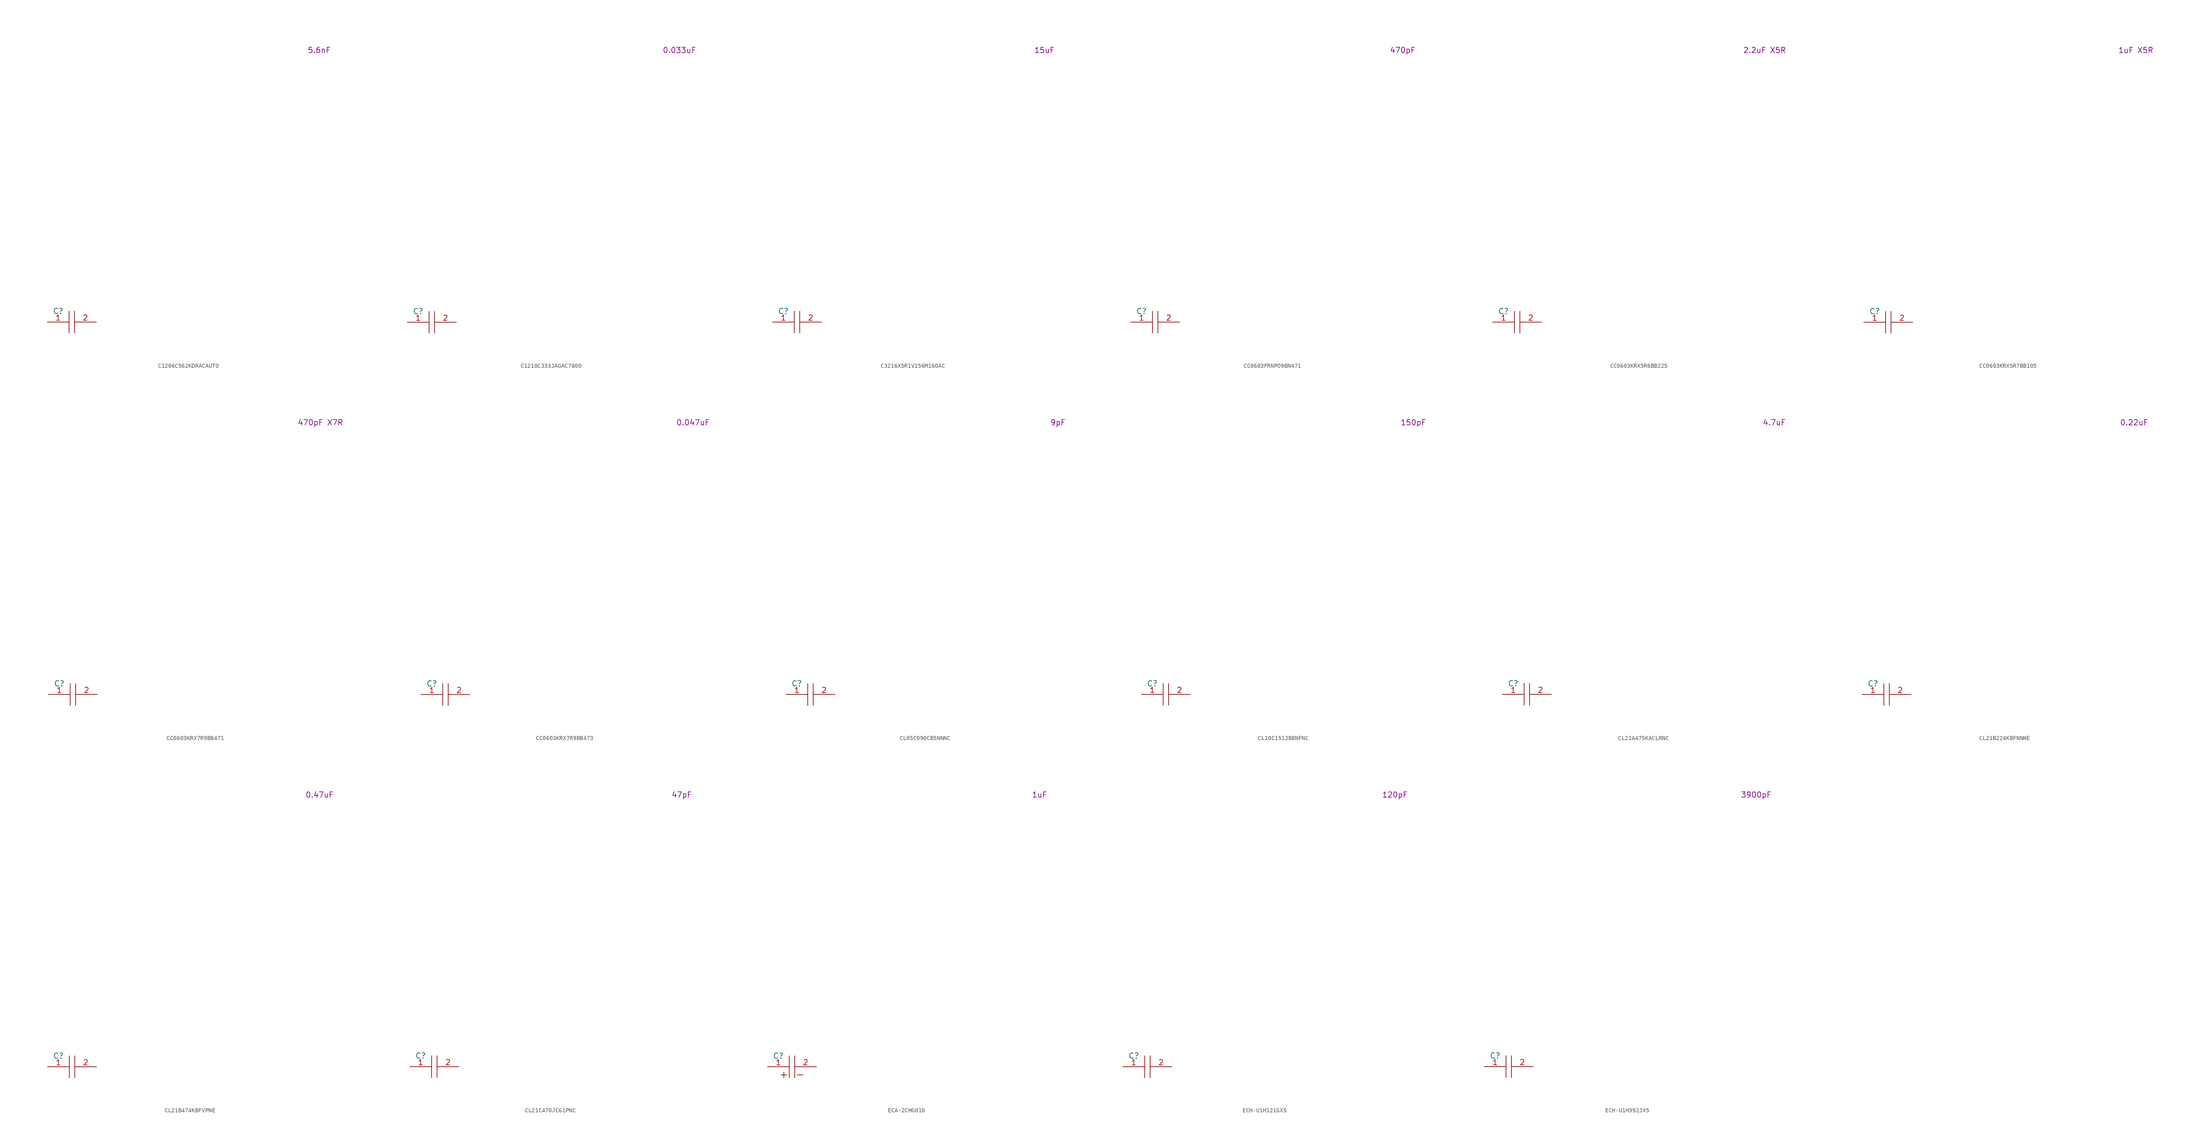
<source format=kicad_sym>
(kicad_symbol_lib
  (version 20241209)
  (generator "kicad_symbol_editor")
  (generator_version "9.0")
  (symbol "C1206C562KDRACAUTO"
    (pin_names
      (offset 1.016))
    (property "Reference" "C"
      (at -2.54 2.54 0)
      (effects (font (size 1.27 1.27))))
    (property "_Value_" "5.6nF"
      (at 58.42 63.5 0)
      (effects (font (size 1.27 1.27))))
    (symbol "C1206C562KDRACAUTO_1_1"
      (polyline (pts (xy 0 2.54) (xy 0 -2.54)) (stroke (width 0) (type solid)) (fill (type none)))
      (polyline (pts (xy 1.27 2.54) (xy 1.27 -2.54)) (stroke (width 0) (type solid)) (fill (type none)))
      (pin input line (at -5.08 0 0) (length 5.08) (name "~" (effects (font (size 1.27 1.27)))) (number "1" (effects (font (size 1.27 1.27)))))
      (pin input line (at 6.35 0 180) (length 5.08) (name "~" (effects (font (size 1.27 1.27)))) (number "2" (effects (font (size 1.27 1.27)))))))
  (symbol "C1210C333JAGAC7800"
    (pin_names
      (offset 1.016))
    (property "Reference" "C"
      (at -2.54 2.54 0)
      (effects (font (size 1.27 1.27))))
    (property "_Value_" "0.033uF"
      (at 58.42 63.5 0)
      (effects (font (size 1.27 1.27))))
    (symbol "C1210C333JAGAC7800_1_1"
      (polyline (pts (xy 0 2.54) (xy 0 -2.54)) (stroke (width 0) (type solid)) (fill (type none)))
      (polyline (pts (xy 1.27 2.54) (xy 1.27 -2.54)) (stroke (width 0) (type solid)) (fill (type none)))
      (pin input line (at -5.08 0 0) (length 5.08) (name "~" (effects (font (size 1.27 1.27)))) (number "1" (effects (font (size 1.27 1.27)))))
      (pin input line (at 6.35 0 180) (length 5.08) (name "~" (effects (font (size 1.27 1.27)))) (number "2" (effects (font (size 1.27 1.27)))))))
  (symbol "C3216X5R1V156M160AC"
    (pin_names
      (offset 1.016))
    (property "Reference" "C"
      (at -2.54 2.54 0)
      (effects (font (size 1.27 1.27))))
    (property "_Value_" "15uF"
      (at 58.42 63.5 0)
      (effects (font (size 1.27 1.27))))
    (symbol "C3216X5R1V156M160AC_1_1"
      (polyline (pts (xy 0 2.54) (xy 0 -2.54)) (stroke (width 0) (type solid)) (fill (type none)))
      (polyline (pts (xy 1.27 2.54) (xy 1.27 -2.54)) (stroke (width 0) (type solid)) (fill (type none)))
      (pin input line (at -5.08 0 0) (length 5.08) (name "~" (effects (font (size 1.27 1.27)))) (number "1" (effects (font (size 1.27 1.27)))))
      (pin input line (at 6.35 0 180) (length 5.08) (name "~" (effects (font (size 1.27 1.27)))) (number "2" (effects (font (size 1.27 1.27)))))))
  (symbol "CC0603FRNPO9BN471"
    (pin_names
      (offset 1.016))
    (property "Reference" "C"
      (at -2.54 2.54 0)
      (effects (font (size 1.27 1.27))))
    (property "_Value_" "470pF"
      (at 58.42 63.5 0)
      (effects (font (size 1.27 1.27))))
    (symbol "CC0603FRNPO9BN471_1_1"
      (polyline (pts (xy 0 2.54) (xy 0 -2.54)) (stroke (width 0) (type solid)) (fill (type none)))
      (polyline (pts (xy 1.27 2.54) (xy 1.27 -2.54)) (stroke (width 0) (type solid)) (fill (type none)))
      (pin input line (at -5.08 0 0) (length 5.08) (name "~" (effects (font (size 1.27 1.27)))) (number "1" (effects (font (size 1.27 1.27)))))
      (pin input line (at 6.35 0 180) (length 5.08) (name "~" (effects (font (size 1.27 1.27)))) (number "2" (effects (font (size 1.27 1.27)))))))
  (symbol "CC0603KRX5R6BB225"
    (pin_names
      (offset 1.016))
    (property "Reference" "C"
      (at -2.54 2.54 0)
      (effects (font (size 1.27 1.27))))
    (property "_Value_" "2.2uF X5R"
      (at 58.42 63.5 0)
      (effects (font (size 1.27 1.27))))
    (symbol "CC0603KRX5R6BB225_1_1"
      (polyline (pts (xy 0 2.54) (xy 0 -2.54)) (stroke (width 0) (type solid)) (fill (type none)))
      (polyline (pts (xy 1.27 2.54) (xy 1.27 -2.54)) (stroke (width 0) (type solid)) (fill (type none)))
      (pin input line (at -5.08 0 0) (length 5.08) (name "~" (effects (font (size 1.27 1.27)))) (number "1" (effects (font (size 1.27 1.27)))))
      (pin input line (at 6.35 0 180) (length 5.08) (name "~" (effects (font (size 1.27 1.27)))) (number "2" (effects (font (size 1.27 1.27)))))))
  (symbol "CC0603KRX5R7BB105"
    (pin_names
      (offset 1.016))
    (property "Reference" "C"
      (at -2.54 2.54 0)
      (effects (font (size 1.27 1.27))))
    (property "_Value_" "1uF X5R"
      (at 58.42 63.5 0)
      (effects (font (size 1.27 1.27))))
    (symbol "CC0603KRX5R7BB105_1_1"
      (polyline (pts (xy 0 2.54) (xy 0 -2.54)) (stroke (width 0) (type solid)) (fill (type none)))
      (polyline (pts (xy 1.27 2.54) (xy 1.27 -2.54)) (stroke (width 0) (type solid)) (fill (type none)))
      (pin input line (at -5.08 0 0) (length 5.08) (name "~" (effects (font (size 1.27 1.27)))) (number "1" (effects (font (size 1.27 1.27)))))
      (pin input line (at 6.35 0 180) (length 5.08) (name "~" (effects (font (size 1.27 1.27)))) (number "2" (effects (font (size 1.27 1.27)))))))
  (symbol "CC0603KRX7R9BB471"
    (pin_names
      (offset 1.016))
    (property "Reference" "C"
      (at -2.54 2.54 0)
      (effects (font (size 1.27 1.27))))
    (property "_Value_" "470pF X7R"
      (at 58.42 63.5 0)
      (effects (font (size 1.27 1.27))))
    (symbol "CC0603KRX7R9BB471_1_1"
      (polyline (pts (xy 0 2.54) (xy 0 -2.54)) (stroke (width 0) (type solid)) (fill (type none)))
      (polyline (pts (xy 1.27 2.54) (xy 1.27 -2.54)) (stroke (width 0) (type solid)) (fill (type none)))
      (pin input line (at -5.08 0 0) (length 5.08) (name "~" (effects (font (size 1.27 1.27)))) (number "1" (effects (font (size 1.27 1.27)))))
      (pin input line (at 6.35 0 180) (length 5.08) (name "~" (effects (font (size 1.27 1.27)))) (number "2" (effects (font (size 1.27 1.27)))))))
  (symbol "CC0603KRX7R9BB473"
    (pin_names
      (offset 1.016))
    (property "Reference" "C"
      (at -2.54 2.54 0)
      (effects (font (size 1.27 1.27))))
    (property "_Value_" "0.047uF"
      (at 58.42 63.5 0)
      (effects (font (size 1.27 1.27))))
    (symbol "CC0603KRX7R9BB473_1_1"
      (polyline (pts (xy 0 2.54) (xy 0 -2.54)) (stroke (width 0) (type solid)) (fill (type none)))
      (polyline (pts (xy 1.27 2.54) (xy 1.27 -2.54)) (stroke (width 0) (type solid)) (fill (type none)))
      (pin input line (at -5.08 0 0) (length 5.08) (name "~" (effects (font (size 1.27 1.27)))) (number "1" (effects (font (size 1.27 1.27)))))
      (pin input line (at 6.35 0 180) (length 5.08) (name "~" (effects (font (size 1.27 1.27)))) (number "2" (effects (font (size 1.27 1.27)))))))
  (symbol "CL05C090CB5NNNC"
    (pin_names
      (offset 1.016))
    (property "Reference" "C"
      (at -2.54 2.54 0)
      (effects (font (size 1.27 1.27))))
    (property "_Value_" "9pF"
      (at 58.42 63.5 0)
      (effects (font (size 1.27 1.27))))
    (symbol "CL05C090CB5NNNC_1_1"
      (polyline (pts (xy 0 2.54) (xy 0 -2.54)) (stroke (width 0) (type solid)) (fill (type none)))
      (polyline (pts (xy 1.27 2.54) (xy 1.27 -2.54)) (stroke (width 0) (type solid)) (fill (type none)))
      (pin input line (at -5.08 0 0) (length 5.08) (name "~" (effects (font (size 1.27 1.27)))) (number "1" (effects (font (size 1.27 1.27)))))
      (pin input line (at 6.35 0 180) (length 5.08) (name "~" (effects (font (size 1.27 1.27)))) (number "2" (effects (font (size 1.27 1.27)))))))
  (symbol "CL10C151JB8NFNC"
    (pin_names
      (offset 1.016))
    (property "Reference" "C"
      (at -2.54 2.54 0)
      (effects (font (size 1.27 1.27))))
    (property "_Value_" "150pF"
      (at 58.42 63.5 0)
      (effects (font (size 1.27 1.27))))
    (symbol "CL10C151JB8NFNC_1_1"
      (polyline (pts (xy 0 2.54) (xy 0 -2.54)) (stroke (width 0) (type solid)) (fill (type none)))
      (polyline (pts (xy 1.27 2.54) (xy 1.27 -2.54)) (stroke (width 0) (type solid)) (fill (type none)))
      (pin input line (at -5.08 0 0) (length 5.08) (name "~" (effects (font (size 1.27 1.27)))) (number "1" (effects (font (size 1.27 1.27)))))
      (pin input line (at 6.35 0 180) (length 5.08) (name "~" (effects (font (size 1.27 1.27)))) (number "2" (effects (font (size 1.27 1.27)))))))
  (symbol "CL21A475KACLRNC"
    (pin_names
      (offset 1.016))
    (property "Reference" "C"
      (at -2.54 2.54 0)
      (effects (font (size 1.27 1.27))))
    (property "_Value_" "4.7uF"
      (at 58.42 63.5 0)
      (effects (font (size 1.27 1.27))))
    (symbol "CL21A475KACLRNC_1_1"
      (polyline (pts (xy 0 2.54) (xy 0 -2.54)) (stroke (width 0) (type solid)) (fill (type none)))
      (polyline (pts (xy 1.27 2.54) (xy 1.27 -2.54)) (stroke (width 0) (type solid)) (fill (type none)))
      (pin input line (at -5.08 0 0) (length 5.08) (name "~" (effects (font (size 1.27 1.27)))) (number "1" (effects (font (size 1.27 1.27)))))
      (pin input line (at 6.35 0 180) (length 5.08) (name "~" (effects (font (size 1.27 1.27)))) (number "2" (effects (font (size 1.27 1.27)))))))
  (symbol "CL21B224KBFNNNE"
    (pin_names
      (offset 1.016))
    (property "Reference" "C"
      (at -2.54 2.54 0)
      (effects (font (size 1.27 1.27))))
    (property "_Value_" "0.22uF"
      (at 58.42 63.5 0)
      (effects (font (size 1.27 1.27))))
    (symbol "CL21B224KBFNNNE_1_1"
      (polyline (pts (xy 0 2.54) (xy 0 -2.54)) (stroke (width 0) (type solid)) (fill (type none)))
      (polyline (pts (xy 1.27 2.54) (xy 1.27 -2.54)) (stroke (width 0) (type solid)) (fill (type none)))
      (pin input line (at -5.08 0 0) (length 5.08) (name "~" (effects (font (size 1.27 1.27)))) (number "1" (effects (font (size 1.27 1.27)))))
      (pin input line (at 6.35 0 180) (length 5.08) (name "~" (effects (font (size 1.27 1.27)))) (number "2" (effects (font (size 1.27 1.27)))))))
  (symbol "CL21B474KBFVPNE"
    (pin_names
      (offset 1.016))
    (property "Reference" "C"
      (at -2.54 2.54 0)
      (effects (font (size 1.27 1.27))))
    (property "_Value_" "0.47uF"
      (at 58.42 63.5 0)
      (effects (font (size 1.27 1.27))))
    (symbol "CL21B474KBFVPNE_1_1"
      (polyline (pts (xy 0 2.54) (xy 0 -2.54)) (stroke (width 0) (type solid)) (fill (type none)))
      (polyline (pts (xy 1.27 2.54) (xy 1.27 -2.54)) (stroke (width 0) (type solid)) (fill (type none)))
      (pin input line (at -5.08 0 0) (length 5.08) (name "~" (effects (font (size 1.27 1.27)))) (number "1" (effects (font (size 1.27 1.27)))))
      (pin input line (at 6.35 0 180) (length 5.08) (name "~" (effects (font (size 1.27 1.27)))) (number "2" (effects (font (size 1.27 1.27)))))))
  (symbol "CL21C470JC61PNC"
    (pin_names
      (offset 1.016))
    (property "Reference" "C"
      (at -2.54 2.54 0)
      (effects (font (size 1.27 1.27))))
    (property "_Value_" "47pF"
      (at 58.42 63.5 0)
      (effects (font (size 1.27 1.27))))
    (symbol "CL21C470JC61PNC_1_1"
      (polyline (pts (xy 0 2.54) (xy 0 -2.54)) (stroke (width 0) (type solid)) (fill (type none)))
      (polyline (pts (xy 1.27 2.54) (xy 1.27 -2.54)) (stroke (width 0) (type solid)) (fill (type none)))
      (pin input line (at -5.08 0 0) (length 5.08) (name "~" (effects (font (size 1.27 1.27)))) (number "1" (effects (font (size 1.27 1.27)))))
      (pin input line (at 6.35 0 180) (length 5.08) (name "~" (effects (font (size 1.27 1.27)))) (number "2" (effects (font (size 1.27 1.27)))))))
  (symbol "ECA-2CHG010"
    (pin_names
      (offset 1.016))
    (property "Reference" "C"
      (at -2.54 2.54 0)
      (effects (font (size 1.27 1.27))))
    (property "_Value_" "1uF"
      (at 58.42 63.5 0)
      (effects (font (size 1.27 1.27))))
    (symbol "ECA-2CHG010_0_1"
      (polyline (pts (xy -1.27 -1.27) (xy -1.27 -2.54)) (stroke (width 0) (type solid)) (fill (type none)))
      (polyline (pts (xy -0.635 -1.905) (xy -1.905 -1.905)) (stroke (width 0) (type solid)) (fill (type none)))
      (polyline (pts (xy 1.905 -1.905) (xy 3.175 -1.905)) (stroke (width 0) (type solid)) (fill (type none))))
    (symbol "ECA-2CHG010_1_1"
      (polyline (pts (xy 0 2.54) (xy 0 -2.54)) (stroke (width 0) (type solid)) (fill (type none)))
      (polyline (pts (xy 1.27 2.54) (xy 1.27 -2.54)) (stroke (width 0) (type solid)) (fill (type none)))
      (pin input line (at -5.08 0 0) (length 5.08) (name "~" (effects (font (size 1.27 1.27)))) (number "1" (effects (font (size 1.27 1.27)))))
      (pin input line (at 6.35 0 180) (length 5.08) (name "~" (effects (font (size 1.27 1.27)))) (number "2" (effects (font (size 1.27 1.27)))))))
  (symbol "ECH-U1H121GX5"
    (pin_names
      (offset 1.016))
    (property "Reference" "C"
      (at -2.54 2.54 0)
      (effects (font (size 1.27 1.27))))
    (property "_Value_" "120pF"
      (at 58.42 63.5 0)
      (effects (font (size 1.27 1.27))))
    (symbol "ECH-U1H121GX5_1_1"
      (polyline (pts (xy 0 2.54) (xy 0 -2.54)) (stroke (width 0) (type solid)) (fill (type none)))
      (polyline (pts (xy 1.27 2.54) (xy 1.27 -2.54)) (stroke (width 0) (type solid)) (fill (type none)))
      (pin input line (at -5.08 0 0) (length 5.08) (name "~" (effects (font (size 1.27 1.27)))) (number "1" (effects (font (size 1.27 1.27)))))
      (pin input line (at 6.35 0 180) (length 5.08) (name "~" (effects (font (size 1.27 1.27)))) (number "2" (effects (font (size 1.27 1.27)))))))
  (symbol "ECH-U1H392JX5"
    (pin_names
      (offset 1.016))
    (property "Reference" "C"
      (at -2.54 2.54 0)
      (effects (font (size 1.27 1.27))))
    (property "_Value_" "3900pF"
      (at 58.42 63.5 0)
      (effects (font (size 1.27 1.27))))
    (symbol "ECH-U1H392JX5_1_1"
      (polyline (pts (xy 0 2.54) (xy 0 -2.54)) (stroke (width 0) (type solid)) (fill (type none)))
      (polyline (pts (xy 1.27 2.54) (xy 1.27 -2.54)) (stroke (width 0) (type solid)) (fill (type none)))
      (pin input line (at -5.08 0 0) (length 5.08) (name "~" (effects (font (size 1.27 1.27)))) (number "1" (effects (font (size 1.27 1.27)))))
      (pin input line (at 6.35 0 180) (length 5.08) (name "~" (effects (font (size 1.27 1.27)))) (number "2" (effects (font (size 1.27 1.27))))))))
</source>
